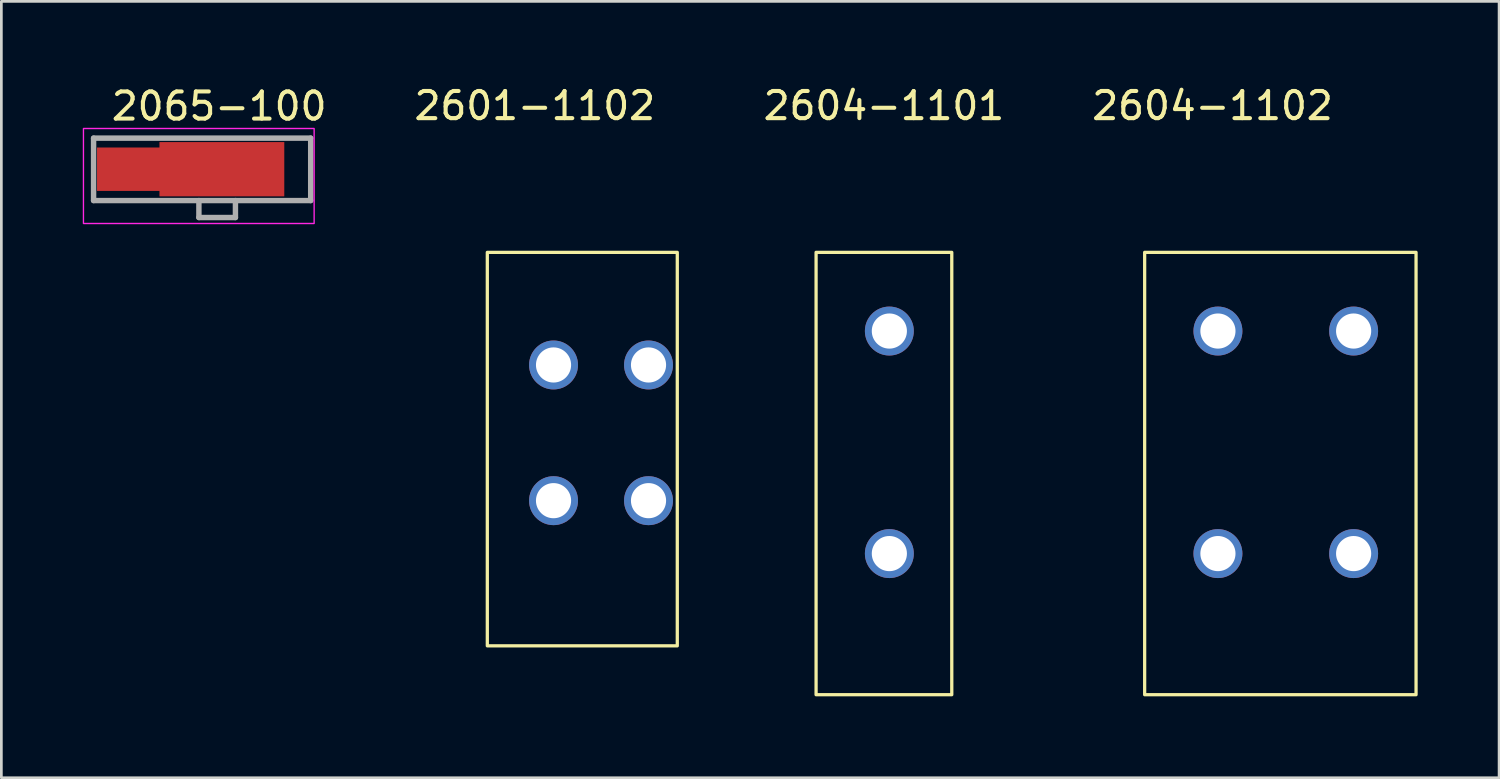
<source format=kicad_pcb>
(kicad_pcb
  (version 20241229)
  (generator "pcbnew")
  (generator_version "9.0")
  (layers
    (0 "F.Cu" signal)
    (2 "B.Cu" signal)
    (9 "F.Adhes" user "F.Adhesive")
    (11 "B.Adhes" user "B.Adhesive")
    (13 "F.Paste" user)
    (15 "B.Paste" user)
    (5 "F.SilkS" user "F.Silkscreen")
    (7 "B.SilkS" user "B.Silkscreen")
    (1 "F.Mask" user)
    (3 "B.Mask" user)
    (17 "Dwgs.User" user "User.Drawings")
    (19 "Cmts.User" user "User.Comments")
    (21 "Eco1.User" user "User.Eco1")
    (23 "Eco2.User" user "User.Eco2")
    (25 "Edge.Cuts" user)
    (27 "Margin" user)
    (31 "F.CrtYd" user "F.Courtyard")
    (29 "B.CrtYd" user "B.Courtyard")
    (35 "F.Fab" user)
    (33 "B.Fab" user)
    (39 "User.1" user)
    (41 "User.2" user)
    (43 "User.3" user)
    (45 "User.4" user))
  (footprint "2604-1102"
    (layer "F.Cu")
    (at 41.627 6.248)
    (property "Reference" "2604-1102" (at -0.000002 -5.4 0) (layer "F.SilkS") (effects (font (size 1 1) (thickness 0.15))))
    (attr through_hole allow_missing_courtyard)
    (fp_rect (start -2.5 0) (end 7.5 16.3) (stroke (width 0.12) (type solid)) (fill no) (layer "F.SilkS"))
    (pad "1" thru_hole circle (at 0.2 2.9) (size 1.803 1.803) (drill 1.295) (layers "*.Cu" "*.Mask"))
    (pad "1" thru_hole circle (at 0.2 11.1) (size 1.803 1.803) (drill 1.295) (layers "*.Cu" "*.Mask"))
    (pad "2" thru_hole circle (at 5.2 2.9) (size 1.803 1.803) (drill 1.295) (layers "*.Cu" "*.Mask"))
    (pad "2" thru_hole circle (at 5.2 11.1) (size 1.803 1.803) (drill 1.295) (layers "*.Cu" "*.Mask")))
  (footprint "2065-100"
    (layer "F.Cu")
    (at 4.525 3.185)
    (property "Reference" "2065-100" (at 0.5 -1.735 0) (layer "F.SilkS") (effects (font (size 1 1) (thickness 0.15)) (justify bottom)))
    (attr smd)
    (fp_line (start -4.127 -1.145) (end 3.873 -1.145) (stroke (width 0.1) (type solid)) (layer "F.SilkS"))
    (fp_line (start -0.246 1.155) (end -4.127 1.155) (stroke (width 0.1) (type solid)) (layer "F.SilkS"))
    (fp_line (start 1.1 1.78) (end -0.246 1.78) (stroke (width 0.1) (type solid)) (layer "F.SilkS"))
    (fp_line (start 3.873 -1.145) (end 3.873 1.155) (stroke (width 0.1) (type solid)) (layer "F.SilkS"))
    (fp_line (start 3.873 1.155) (end 1.1 1.155) (stroke (width 0.1) (type solid)) (layer "F.SilkS"))
    (fp_rect (start -4 -0.8) (end -2.25 0.8) (stroke (width 0) (type solid)) (fill yes) (layer "F.Paste"))
    (fp_rect (start -1.7 -1) (end 2.9 1) (stroke (width 0) (type solid)) (fill yes) (layer "F.Paste"))
    (fp_rect (start -4.5 -1.5) (end 4 2) (stroke (width 0.05) (type solid)) (fill no) (layer "F.CrtYd"))
    (fp_line (start -4.127 -1.145) (end 3.873 -1.145) (stroke (width 0.2) (type solid)) (layer "F.Fab"))
    (fp_line (start -4.127 1.155) (end -4.127 -1.145) (stroke (width 0.2) (type solid)) (layer "F.Fab"))
    (fp_line (start -0.246 1.78) (end -0.246 1.155) (stroke (width 0.2) (type solid)) (layer "F.Fab"))
    (fp_line (start 1.1 1.155) (end 1.1 1.78) (stroke (width 0.2) (type solid)) (layer "F.Fab"))
    (fp_line (start 1.1 1.78) (end -0.246 1.78) (stroke (width 0.2) (type solid)) (layer "F.Fab"))
    (fp_line (start 3.873 -1.145) (end 3.873 1.155) (stroke (width 0.2) (type solid)) (layer "F.Fab"))
    (fp_line (start 3.873 1.155) (end -4.127 1.155) (stroke (width 0.2) (type solid)) (layer "F.Fab"))
    (pad "1" smd custom (at 0.6 0) (size 4.6 2) (layers "F.Cu" "F.Mask") (options (anchor rect)) (primitives (gr_poly (pts (xy -4.6 -0.8) (xy -2.3 -0.8) (xy -2.3 0.8) (xy -4.6 0.8)) (width 0) (fill yes)) (gr_bbox (start -0.8 -0.8) (end 0.8 0.8) (fill no)))))
  (footprint "2601-1102"
    (layer "F.Cu")
    (at 16.656 6.248)
    (property "Reference" "2601-1102" (at -0.000002 -5.4 0) (layer "F.SilkS") (effects (font (size 1 1) (thickness 0.15))))
    (attr through_hole allow_missing_courtyard)
    (fp_rect (start -1.75 0) (end 5.25 14.5) (stroke (width 0.12) (type solid)) (fill no) (layer "F.SilkS"))
    (pad "1" thru_hole circle (at 0.69 4.15) (size 1.803 1.803) (drill 1.295) (layers "*.Cu" "*.Mask"))
    (pad "1" thru_hole circle (at 0.69 9.15) (size 1.803 1.803) (drill 1.295) (layers "*.Cu" "*.Mask"))
    (pad "2" thru_hole circle (at 4.19 4.15) (size 1.803 1.803) (drill 1.295) (layers "*.Cu" "*.Mask"))
    (pad "2" thru_hole circle (at 4.19 9.15) (size 1.803 1.803) (drill 1.295) (layers "*.Cu" "*.Mask")))
  (footprint "2604-1101"
    (layer "F.Cu")
    (at 29.52 6.248)
    (property "Reference" "2604-1101" (at -0.000002 -5.4 0) (layer "F.SilkS") (effects (font (size 1 1) (thickness 0.15))))
    (attr through_hole allow_missing_courtyard)
    (fp_rect (start -2.5 0) (end 2.5 16.3) (stroke (width 0.12) (type solid)) (fill no) (layer "F.SilkS"))
    (pad "1" thru_hole circle (at 0.2 2.9) (size 1.803 1.803) (drill 1.295) (layers "*.Cu" "*.Mask"))
    (pad "1" thru_hole circle (at 0.2 11.1) (size 1.803 1.803) (drill 1.295) (layers "*.Cu" "*.Mask")))
  (gr_rect
    (start -3 -3)
    (end 52.187 25.608)
    (stroke (width 0.1) (type default))
    (fill no)
    (layer "Edge.Cuts")))
</source>
